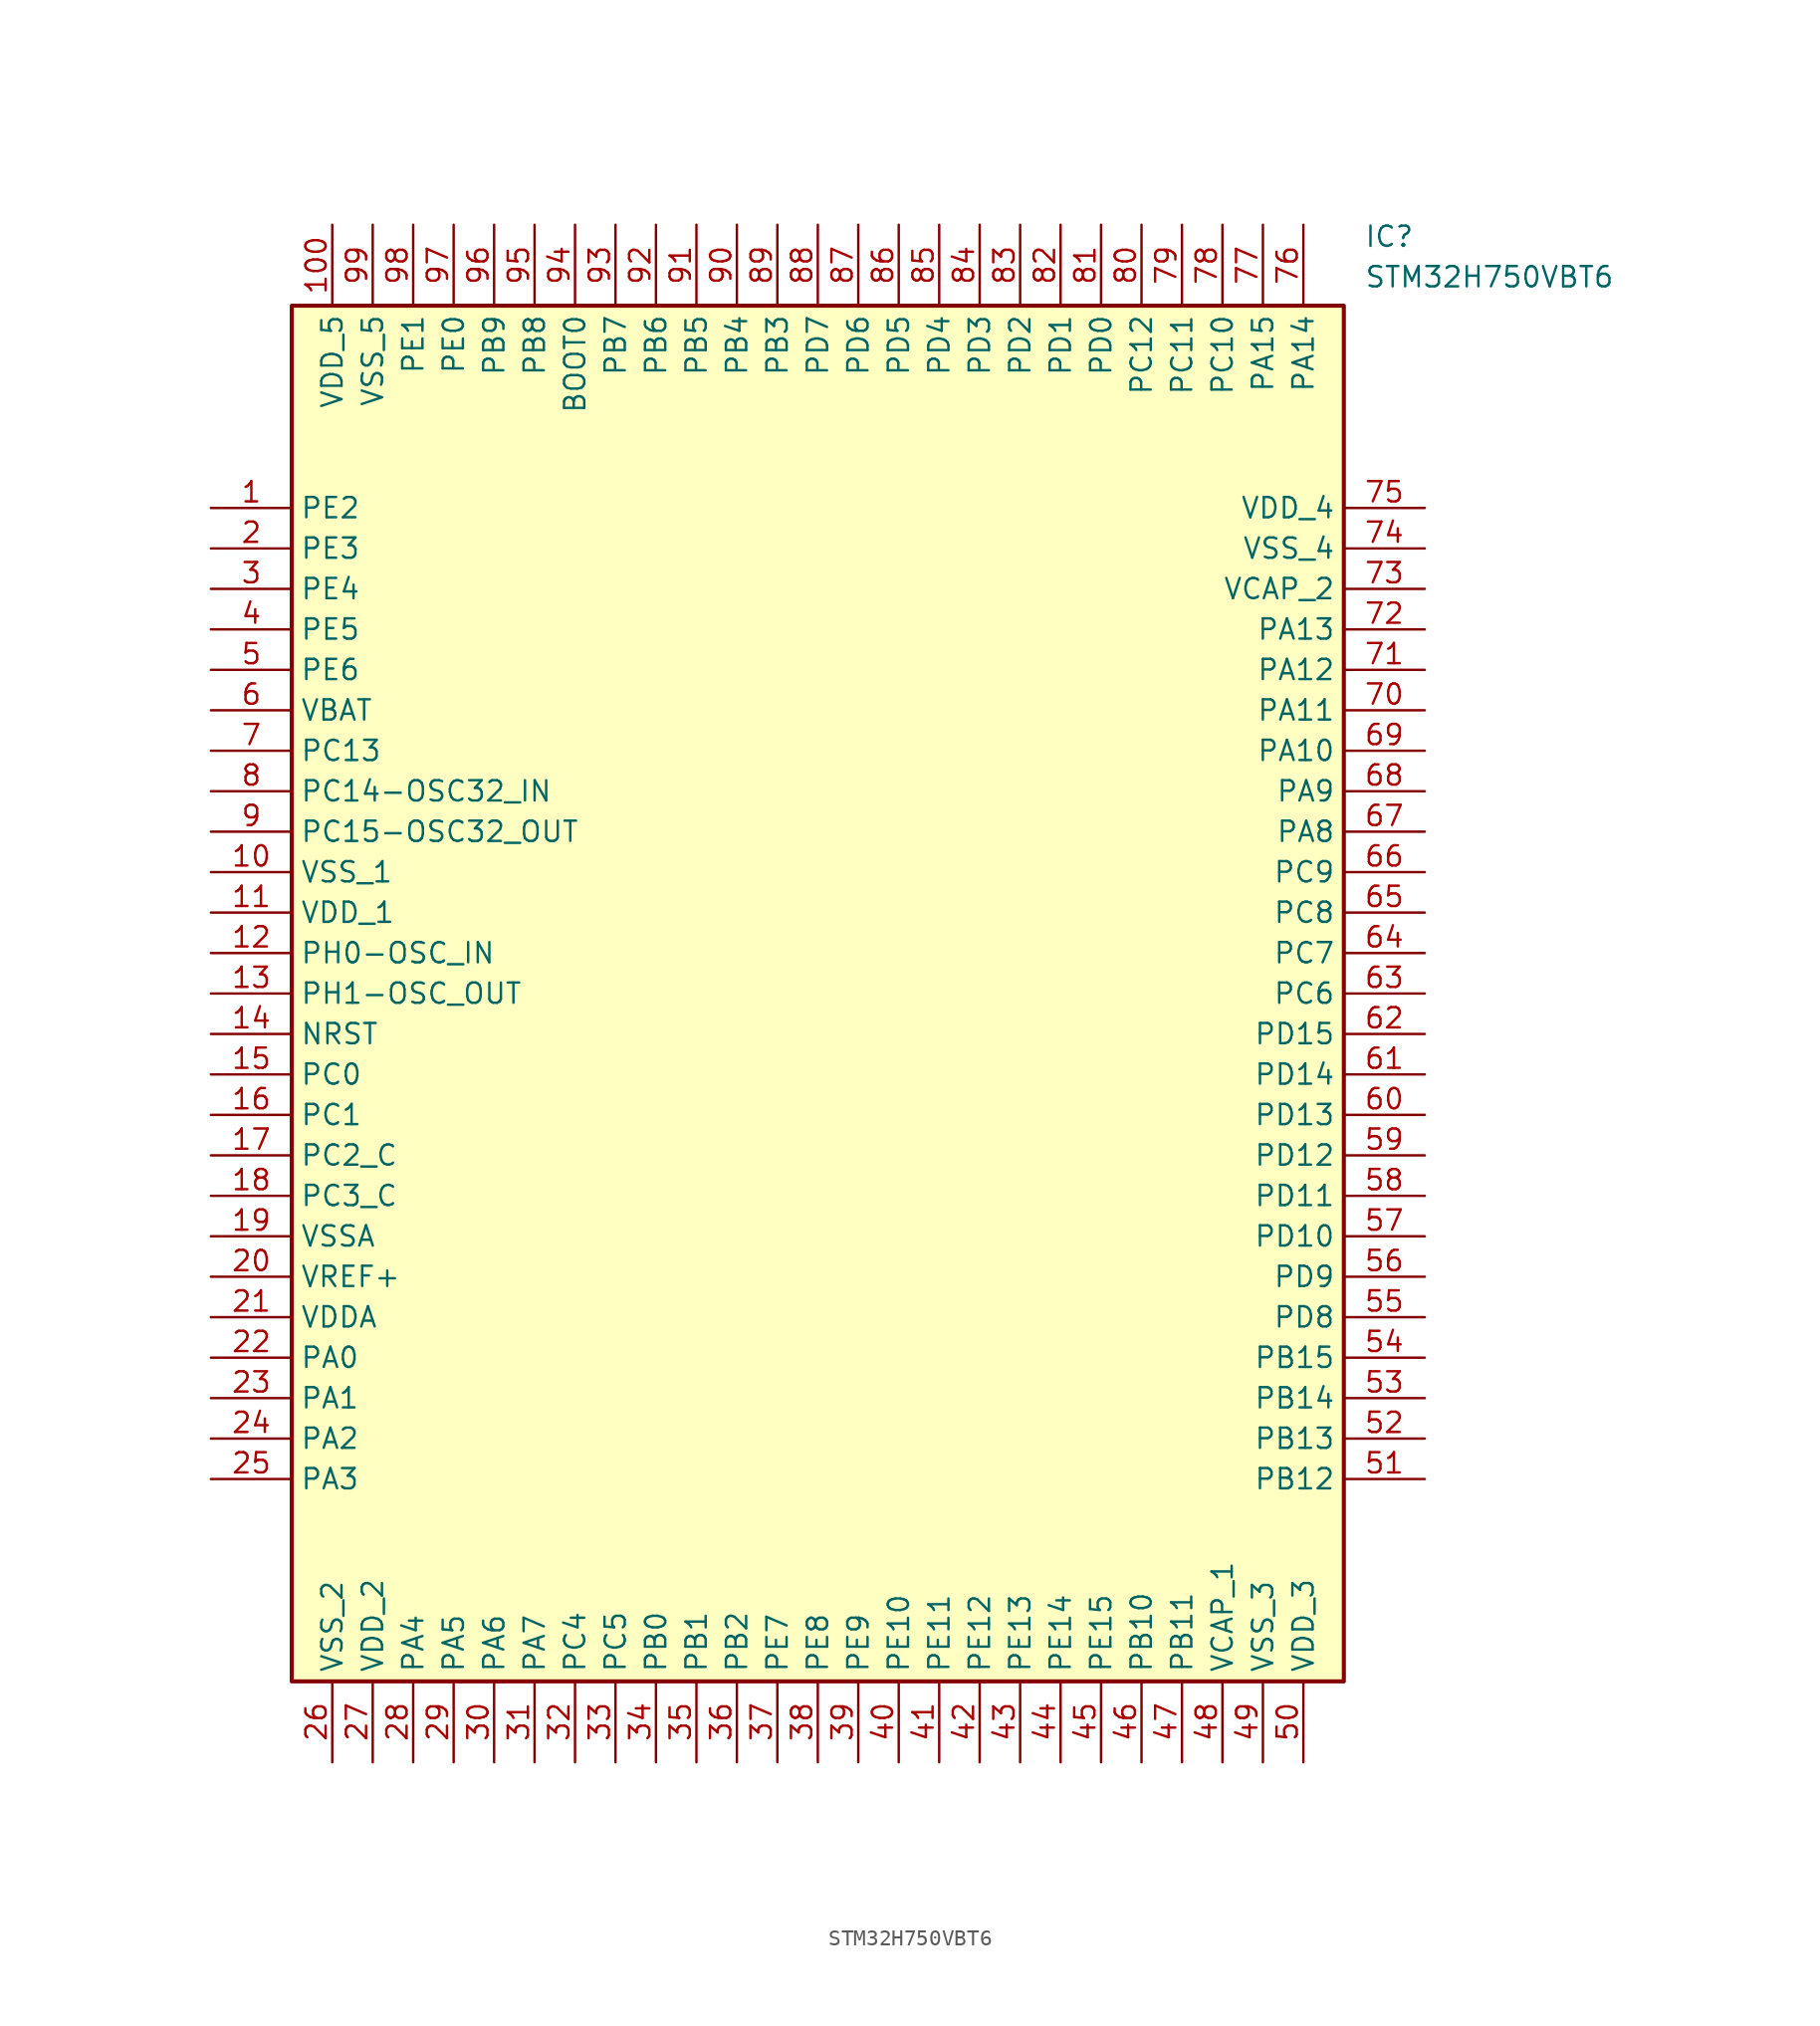
<source format=kicad_sym>
(kicad_symbol_lib
  (version 20231120)
  (generator "kicad_symbol_editor")
  (generator_version "8.0")
  (symbol "STM32H750VBT6"
    (property "Reference" "IC"
      (at 72.39 17.78 0)
      (effects (font (size 1.27 1.27)) (justify left top)))
    (property "Value" "STM32H750VBT6"
      (at 72.39 15.24 0)
      (effects (font (size 1.27 1.27)) (justify left top)))
    (symbol "STM32H750VBT6_1_1"
      (rectangle (start 5.08 12.7) (end 71.12 -73.66) (stroke (width 0.254) (type default)) (fill (type background)))
      (pin passive line (at 0 0 0) (length 5.08) (name "PE2" (effects (font (size 1.27 1.27)))) (number "1" (effects (font (size 1.27 1.27)))))
      (pin passive line (at 0 -22.86 0) (length 5.08) (name "VSS_1" (effects (font (size 1.27 1.27)))) (number "10" (effects (font (size 1.27 1.27)))))
      (pin passive line (at 7.62 17.78 270) (length 5.08) (name "VDD_5" (effects (font (size 1.27 1.27)))) (number "100" (effects (font (size 1.27 1.27)))))
      (pin passive line (at 0 -25.4 0) (length 5.08) (name "VDD_1" (effects (font (size 1.27 1.27)))) (number "11" (effects (font (size 1.27 1.27)))))
      (pin passive line (at 0 -27.94 0) (length 5.08) (name "PH0-OSC_IN" (effects (font (size 1.27 1.27)))) (number "12" (effects (font (size 1.27 1.27)))))
      (pin passive line (at 0 -30.48 0) (length 5.08) (name "PH1-OSC_OUT" (effects (font (size 1.27 1.27)))) (number "13" (effects (font (size 1.27 1.27)))))
      (pin passive line (at 0 -33.02 0) (length 5.08) (name "NRST" (effects (font (size 1.27 1.27)))) (number "14" (effects (font (size 1.27 1.27)))))
      (pin passive line (at 0 -35.56 0) (length 5.08) (name "PC0" (effects (font (size 1.27 1.27)))) (number "15" (effects (font (size 1.27 1.27)))))
      (pin passive line (at 0 -38.1 0) (length 5.08) (name "PC1" (effects (font (size 1.27 1.27)))) (number "16" (effects (font (size 1.27 1.27)))))
      (pin passive line (at 0 -40.64 0) (length 5.08) (name "PC2_C" (effects (font (size 1.27 1.27)))) (number "17" (effects (font (size 1.27 1.27)))))
      (pin passive line (at 0 -43.18 0) (length 5.08) (name "PC3_C" (effects (font (size 1.27 1.27)))) (number "18" (effects (font (size 1.27 1.27)))))
      (pin passive line (at 0 -45.72 0) (length 5.08) (name "VSSA" (effects (font (size 1.27 1.27)))) (number "19" (effects (font (size 1.27 1.27)))))
      (pin passive line (at 0 -2.54 0) (length 5.08) (name "PE3" (effects (font (size 1.27 1.27)))) (number "2" (effects (font (size 1.27 1.27)))))
      (pin passive line (at 0 -48.26 0) (length 5.08) (name "VREF+" (effects (font (size 1.27 1.27)))) (number "20" (effects (font (size 1.27 1.27)))))
      (pin passive line (at 0 -50.8 0) (length 5.08) (name "VDDA" (effects (font (size 1.27 1.27)))) (number "21" (effects (font (size 1.27 1.27)))))
      (pin passive line (at 0 -53.34 0) (length 5.08) (name "PA0" (effects (font (size 1.27 1.27)))) (number "22" (effects (font (size 1.27 1.27)))))
      (pin passive line (at 0 -55.88 0) (length 5.08) (name "PA1" (effects (font (size 1.27 1.27)))) (number "23" (effects (font (size 1.27 1.27)))))
      (pin passive line (at 0 -58.42 0) (length 5.08) (name "PA2" (effects (font (size 1.27 1.27)))) (number "24" (effects (font (size 1.27 1.27)))))
      (pin passive line (at 0 -60.96 0) (length 5.08) (name "PA3" (effects (font (size 1.27 1.27)))) (number "25" (effects (font (size 1.27 1.27)))))
      (pin passive line (at 7.62 -78.74 90) (length 5.08) (name "VSS_2" (effects (font (size 1.27 1.27)))) (number "26" (effects (font (size 1.27 1.27)))))
      (pin passive line (at 10.16 -78.74 90) (length 5.08) (name "VDD_2" (effects (font (size 1.27 1.27)))) (number "27" (effects (font (size 1.27 1.27)))))
      (pin passive line (at 12.7 -78.74 90) (length 5.08) (name "PA4" (effects (font (size 1.27 1.27)))) (number "28" (effects (font (size 1.27 1.27)))))
      (pin passive line (at 15.24 -78.74 90) (length 5.08) (name "PA5" (effects (font (size 1.27 1.27)))) (number "29" (effects (font (size 1.27 1.27)))))
      (pin passive line (at 0 -5.08 0) (length 5.08) (name "PE4" (effects (font (size 1.27 1.27)))) (number "3" (effects (font (size 1.27 1.27)))))
      (pin passive line (at 17.78 -78.74 90) (length 5.08) (name "PA6" (effects (font (size 1.27 1.27)))) (number "30" (effects (font (size 1.27 1.27)))))
      (pin passive line (at 20.32 -78.74 90) (length 5.08) (name "PA7" (effects (font (size 1.27 1.27)))) (number "31" (effects (font (size 1.27 1.27)))))
      (pin passive line (at 22.86 -78.74 90) (length 5.08) (name "PC4" (effects (font (size 1.27 1.27)))) (number "32" (effects (font (size 1.27 1.27)))))
      (pin passive line (at 25.4 -78.74 90) (length 5.08) (name "PC5" (effects (font (size 1.27 1.27)))) (number "33" (effects (font (size 1.27 1.27)))))
      (pin passive line (at 27.94 -78.74 90) (length 5.08) (name "PB0" (effects (font (size 1.27 1.27)))) (number "34" (effects (font (size 1.27 1.27)))))
      (pin passive line (at 30.48 -78.74 90) (length 5.08) (name "PB1" (effects (font (size 1.27 1.27)))) (number "35" (effects (font (size 1.27 1.27)))))
      (pin passive line (at 33.02 -78.74 90) (length 5.08) (name "PB2" (effects (font (size 1.27 1.27)))) (number "36" (effects (font (size 1.27 1.27)))))
      (pin passive line (at 35.56 -78.74 90) (length 5.08) (name "PE7" (effects (font (size 1.27 1.27)))) (number "37" (effects (font (size 1.27 1.27)))))
      (pin passive line (at 38.1 -78.74 90) (length 5.08) (name "PE8" (effects (font (size 1.27 1.27)))) (number "38" (effects (font (size 1.27 1.27)))))
      (pin passive line (at 40.64 -78.74 90) (length 5.08) (name "PE9" (effects (font (size 1.27 1.27)))) (number "39" (effects (font (size 1.27 1.27)))))
      (pin passive line (at 0 -7.62 0) (length 5.08) (name "PE5" (effects (font (size 1.27 1.27)))) (number "4" (effects (font (size 1.27 1.27)))))
      (pin passive line (at 43.18 -78.74 90) (length 5.08) (name "PE10" (effects (font (size 1.27 1.27)))) (number "40" (effects (font (size 1.27 1.27)))))
      (pin passive line (at 45.72 -78.74 90) (length 5.08) (name "PE11" (effects (font (size 1.27 1.27)))) (number "41" (effects (font (size 1.27 1.27)))))
      (pin passive line (at 48.26 -78.74 90) (length 5.08) (name "PE12" (effects (font (size 1.27 1.27)))) (number "42" (effects (font (size 1.27 1.27)))))
      (pin passive line (at 50.8 -78.74 90) (length 5.08) (name "PE13" (effects (font (size 1.27 1.27)))) (number "43" (effects (font (size 1.27 1.27)))))
      (pin passive line (at 53.34 -78.74 90) (length 5.08) (name "PE14" (effects (font (size 1.27 1.27)))) (number "44" (effects (font (size 1.27 1.27)))))
      (pin passive line (at 55.88 -78.74 90) (length 5.08) (name "PE15" (effects (font (size 1.27 1.27)))) (number "45" (effects (font (size 1.27 1.27)))))
      (pin passive line (at 58.42 -78.74 90) (length 5.08) (name "PB10" (effects (font (size 1.27 1.27)))) (number "46" (effects (font (size 1.27 1.27)))))
      (pin passive line (at 60.96 -78.74 90) (length 5.08) (name "PB11" (effects (font (size 1.27 1.27)))) (number "47" (effects (font (size 1.27 1.27)))))
      (pin passive line (at 63.5 -78.74 90) (length 5.08) (name "VCAP_1" (effects (font (size 1.27 1.27)))) (number "48" (effects (font (size 1.27 1.27)))))
      (pin passive line (at 66.04 -78.74 90) (length 5.08) (name "VSS_3" (effects (font (size 1.27 1.27)))) (number "49" (effects (font (size 1.27 1.27)))))
      (pin passive line (at 0 -10.16 0) (length 5.08) (name "PE6" (effects (font (size 1.27 1.27)))) (number "5" (effects (font (size 1.27 1.27)))))
      (pin passive line (at 68.58 -78.74 90) (length 5.08) (name "VDD_3" (effects (font (size 1.27 1.27)))) (number "50" (effects (font (size 1.27 1.27)))))
      (pin passive line (at 76.2 -60.96 180) (length 5.08) (name "PB12" (effects (font (size 1.27 1.27)))) (number "51" (effects (font (size 1.27 1.27)))))
      (pin passive line (at 76.2 -58.42 180) (length 5.08) (name "PB13" (effects (font (size 1.27 1.27)))) (number "52" (effects (font (size 1.27 1.27)))))
      (pin passive line (at 76.2 -55.88 180) (length 5.08) (name "PB14" (effects (font (size 1.27 1.27)))) (number "53" (effects (font (size 1.27 1.27)))))
      (pin passive line (at 76.2 -53.34 180) (length 5.08) (name "PB15" (effects (font (size 1.27 1.27)))) (number "54" (effects (font (size 1.27 1.27)))))
      (pin passive line (at 76.2 -50.8 180) (length 5.08) (name "PD8" (effects (font (size 1.27 1.27)))) (number "55" (effects (font (size 1.27 1.27)))))
      (pin passive line (at 76.2 -48.26 180) (length 5.08) (name "PD9" (effects (font (size 1.27 1.27)))) (number "56" (effects (font (size 1.27 1.27)))))
      (pin passive line (at 76.2 -45.72 180) (length 5.08) (name "PD10" (effects (font (size 1.27 1.27)))) (number "57" (effects (font (size 1.27 1.27)))))
      (pin passive line (at 76.2 -43.18 180) (length 5.08) (name "PD11" (effects (font (size 1.27 1.27)))) (number "58" (effects (font (size 1.27 1.27)))))
      (pin passive line (at 76.2 -40.64 180) (length 5.08) (name "PD12" (effects (font (size 1.27 1.27)))) (number "59" (effects (font (size 1.27 1.27)))))
      (pin passive line (at 0 -12.7 0) (length 5.08) (name "VBAT" (effects (font (size 1.27 1.27)))) (number "6" (effects (font (size 1.27 1.27)))))
      (pin passive line (at 76.2 -38.1 180) (length 5.08) (name "PD13" (effects (font (size 1.27 1.27)))) (number "60" (effects (font (size 1.27 1.27)))))
      (pin passive line (at 76.2 -35.56 180) (length 5.08) (name "PD14" (effects (font (size 1.27 1.27)))) (number "61" (effects (font (size 1.27 1.27)))))
      (pin passive line (at 76.2 -33.02 180) (length 5.08) (name "PD15" (effects (font (size 1.27 1.27)))) (number "62" (effects (font (size 1.27 1.27)))))
      (pin passive line (at 76.2 -30.48 180) (length 5.08) (name "PC6" (effects (font (size 1.27 1.27)))) (number "63" (effects (font (size 1.27 1.27)))))
      (pin passive line (at 76.2 -27.94 180) (length 5.08) (name "PC7" (effects (font (size 1.27 1.27)))) (number "64" (effects (font (size 1.27 1.27)))))
      (pin passive line (at 76.2 -25.4 180) (length 5.08) (name "PC8" (effects (font (size 1.27 1.27)))) (number "65" (effects (font (size 1.27 1.27)))))
      (pin passive line (at 76.2 -22.86 180) (length 5.08) (name "PC9" (effects (font (size 1.27 1.27)))) (number "66" (effects (font (size 1.27 1.27)))))
      (pin passive line (at 76.2 -20.32 180) (length 5.08) (name "PA8" (effects (font (size 1.27 1.27)))) (number "67" (effects (font (size 1.27 1.27)))))
      (pin passive line (at 76.2 -17.78 180) (length 5.08) (name "PA9" (effects (font (size 1.27 1.27)))) (number "68" (effects (font (size 1.27 1.27)))))
      (pin passive line (at 76.2 -15.24 180) (length 5.08) (name "PA10" (effects (font (size 1.27 1.27)))) (number "69" (effects (font (size 1.27 1.27)))))
      (pin passive line (at 0 -15.24 0) (length 5.08) (name "PC13" (effects (font (size 1.27 1.27)))) (number "7" (effects (font (size 1.27 1.27)))))
      (pin passive line (at 76.2 -12.7 180) (length 5.08) (name "PA11" (effects (font (size 1.27 1.27)))) (number "70" (effects (font (size 1.27 1.27)))))
      (pin passive line (at 76.2 -10.16 180) (length 5.08) (name "PA12" (effects (font (size 1.27 1.27)))) (number "71" (effects (font (size 1.27 1.27)))))
      (pin passive line (at 76.2 -7.62 180) (length 5.08) (name "PA13" (effects (font (size 1.27 1.27)))) (number "72" (effects (font (size 1.27 1.27)))))
      (pin passive line (at 76.2 -5.08 180) (length 5.08) (name "VCAP_2" (effects (font (size 1.27 1.27)))) (number "73" (effects (font (size 1.27 1.27)))))
      (pin passive line (at 76.2 -2.54 180) (length 5.08) (name "VSS_4" (effects (font (size 1.27 1.27)))) (number "74" (effects (font (size 1.27 1.27)))))
      (pin passive line (at 76.2 0 180) (length 5.08) (name "VDD_4" (effects (font (size 1.27 1.27)))) (number "75" (effects (font (size 1.27 1.27)))))
      (pin passive line (at 68.58 17.78 270) (length 5.08) (name "PA14" (effects (font (size 1.27 1.27)))) (number "76" (effects (font (size 1.27 1.27)))))
      (pin passive line (at 66.04 17.78 270) (length 5.08) (name "PA15" (effects (font (size 1.27 1.27)))) (number "77" (effects (font (size 1.27 1.27)))))
      (pin passive line (at 63.5 17.78 270) (length 5.08) (name "PC10" (effects (font (size 1.27 1.27)))) (number "78" (effects (font (size 1.27 1.27)))))
      (pin passive line (at 60.96 17.78 270) (length 5.08) (name "PC11" (effects (font (size 1.27 1.27)))) (number "79" (effects (font (size 1.27 1.27)))))
      (pin passive line (at 0 -17.78 0) (length 5.08) (name "PC14-OSC32_IN" (effects (font (size 1.27 1.27)))) (number "8" (effects (font (size 1.27 1.27)))))
      (pin passive line (at 58.42 17.78 270) (length 5.08) (name "PC12" (effects (font (size 1.27 1.27)))) (number "80" (effects (font (size 1.27 1.27)))))
      (pin passive line (at 55.88 17.78 270) (length 5.08) (name "PD0" (effects (font (size 1.27 1.27)))) (number "81" (effects (font (size 1.27 1.27)))))
      (pin passive line (at 53.34 17.78 270) (length 5.08) (name "PD1" (effects (font (size 1.27 1.27)))) (number "82" (effects (font (size 1.27 1.27)))))
      (pin passive line (at 50.8 17.78 270) (length 5.08) (name "PD2" (effects (font (size 1.27 1.27)))) (number "83" (effects (font (size 1.27 1.27)))))
      (pin passive line (at 48.26 17.78 270) (length 5.08) (name "PD3" (effects (font (size 1.27 1.27)))) (number "84" (effects (font (size 1.27 1.27)))))
      (pin passive line (at 45.72 17.78 270) (length 5.08) (name "PD4" (effects (font (size 1.27 1.27)))) (number "85" (effects (font (size 1.27 1.27)))))
      (pin passive line (at 43.18 17.78 270) (length 5.08) (name "PD5" (effects (font (size 1.27 1.27)))) (number "86" (effects (font (size 1.27 1.27)))))
      (pin passive line (at 40.64 17.78 270) (length 5.08) (name "PD6" (effects (font (size 1.27 1.27)))) (number "87" (effects (font (size 1.27 1.27)))))
      (pin passive line (at 38.1 17.78 270) (length 5.08) (name "PD7" (effects (font (size 1.27 1.27)))) (number "88" (effects (font (size 1.27 1.27)))))
      (pin passive line (at 35.56 17.78 270) (length 5.08) (name "PB3" (effects (font (size 1.27 1.27)))) (number "89" (effects (font (size 1.27 1.27)))))
      (pin passive line (at 0 -20.32 0) (length 5.08) (name "PC15-OSC32_OUT" (effects (font (size 1.27 1.27)))) (number "9" (effects (font (size 1.27 1.27)))))
      (pin passive line (at 33.02 17.78 270) (length 5.08) (name "PB4" (effects (font (size 1.27 1.27)))) (number "90" (effects (font (size 1.27 1.27)))))
      (pin passive line (at 30.48 17.78 270) (length 5.08) (name "PB5" (effects (font (size 1.27 1.27)))) (number "91" (effects (font (size 1.27 1.27)))))
      (pin passive line (at 27.94 17.78 270) (length 5.08) (name "PB6" (effects (font (size 1.27 1.27)))) (number "92" (effects (font (size 1.27 1.27)))))
      (pin passive line (at 25.4 17.78 270) (length 5.08) (name "PB7" (effects (font (size 1.27 1.27)))) (number "93" (effects (font (size 1.27 1.27)))))
      (pin passive line (at 22.86 17.78 270) (length 5.08) (name "BOOT0" (effects (font (size 1.27 1.27)))) (number "94" (effects (font (size 1.27 1.27)))))
      (pin passive line (at 20.32 17.78 270) (length 5.08) (name "PB8" (effects (font (size 1.27 1.27)))) (number "95" (effects (font (size 1.27 1.27)))))
      (pin passive line (at 17.78 17.78 270) (length 5.08) (name "PB9" (effects (font (size 1.27 1.27)))) (number "96" (effects (font (size 1.27 1.27)))))
      (pin passive line (at 15.24 17.78 270) (length 5.08) (name "PE0" (effects (font (size 1.27 1.27)))) (number "97" (effects (font (size 1.27 1.27)))))
      (pin passive line (at 12.7 17.78 270) (length 5.08) (name "PE1" (effects (font (size 1.27 1.27)))) (number "98" (effects (font (size 1.27 1.27)))))
      (pin passive line (at 10.16 17.78 270) (length 5.08) (name "VSS_5" (effects (font (size 1.27 1.27)))) (number "99" (effects (font (size 1.27 1.27))))))))
</source>
